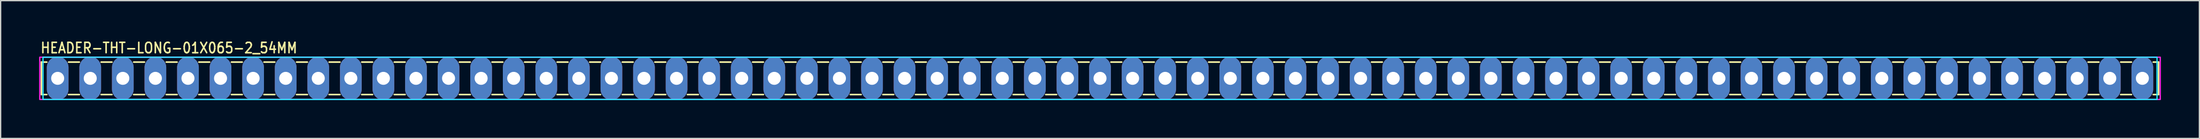
<source format=kicad_pcb>
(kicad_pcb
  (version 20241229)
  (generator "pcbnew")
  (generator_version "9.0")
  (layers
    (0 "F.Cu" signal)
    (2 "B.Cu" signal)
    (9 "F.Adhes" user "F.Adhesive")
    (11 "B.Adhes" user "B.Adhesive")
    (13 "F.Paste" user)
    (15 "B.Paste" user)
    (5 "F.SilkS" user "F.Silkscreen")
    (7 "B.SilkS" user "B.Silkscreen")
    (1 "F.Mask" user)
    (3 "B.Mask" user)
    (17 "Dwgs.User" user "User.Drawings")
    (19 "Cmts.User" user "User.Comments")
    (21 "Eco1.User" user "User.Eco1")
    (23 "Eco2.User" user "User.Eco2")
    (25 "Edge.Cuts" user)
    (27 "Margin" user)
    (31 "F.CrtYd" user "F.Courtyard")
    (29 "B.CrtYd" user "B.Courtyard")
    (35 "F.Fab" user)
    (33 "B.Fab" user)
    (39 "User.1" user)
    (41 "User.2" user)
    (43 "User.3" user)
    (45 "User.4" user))
  (footprint "HEADER-THT-LONG-01X065-2_54MM"
    (layer "F.Cu")
    (at 1.447 3.079)
    (property "Reference" "HEADER-THT-LONG-01X065-2_54MM" (at -1.4 -1.9 0) (unlocked yes) (layer "F.SilkS") (effects (font (size 0.813 0.695) (thickness 0.122)) (justify left bottom)))
    (fp_line (start -1.27 -1.27) (end -1.27 1.27) (stroke (width 0.127) (type solid)) (layer "F.SilkS"))
    (fp_line (start -1.27 1.27) (end -0.85 1.27) (stroke (width 0.127) (type solid)) (layer "F.SilkS"))
    (fp_line (start -0.85 -1.27) (end -1.27 -1.27) (stroke (width 0.127) (type solid)) (layer "F.SilkS"))
    (fp_line (start 0.85 -1.27) (end 1.69 -1.27) (stroke (width 0.127) (type solid)) (layer "F.SilkS"))
    (fp_line (start 0.85 1.27) (end 1.69 1.27) (stroke (width 0.127) (type solid)) (layer "F.SilkS"))
    (fp_line (start 3.39 -1.27) (end 4.23 -1.27) (stroke (width 0.127) (type solid)) (layer "F.SilkS"))
    (fp_line (start 3.39 1.27) (end 4.23 1.27) (stroke (width 0.127) (type solid)) (layer "F.SilkS"))
    (fp_line (start 5.93 -1.27) (end 6.77 -1.27) (stroke (width 0.127) (type solid)) (layer "F.SilkS"))
    (fp_line (start 5.93 1.27) (end 6.77 1.27) (stroke (width 0.127) (type solid)) (layer "F.SilkS"))
    (fp_line (start 8.47 -1.27) (end 9.31 -1.27) (stroke (width 0.127) (type solid)) (layer "F.SilkS"))
    (fp_line (start 8.47 1.27) (end 9.31 1.27) (stroke (width 0.127) (type solid)) (layer "F.SilkS"))
    (fp_line (start 11.01 -1.27) (end 11.85 -1.27) (stroke (width 0.127) (type solid)) (layer "F.SilkS"))
    (fp_line (start 11.01 1.27) (end 11.85 1.27) (stroke (width 0.127) (type solid)) (layer "F.SilkS"))
    (fp_line (start 13.55 -1.27) (end 14.39 -1.27) (stroke (width 0.127) (type solid)) (layer "F.SilkS"))
    (fp_line (start 13.55 1.27) (end 14.39 1.27) (stroke (width 0.127) (type solid)) (layer "F.SilkS"))
    (fp_line (start 16.09 -1.27) (end 16.93 -1.27) (stroke (width 0.127) (type solid)) (layer "F.SilkS"))
    (fp_line (start 16.09 1.27) (end 16.93 1.27) (stroke (width 0.127) (type solid)) (layer "F.SilkS"))
    (fp_line (start 18.63 -1.27) (end 19.47 -1.27) (stroke (width 0.127) (type solid)) (layer "F.SilkS"))
    (fp_line (start 18.63 1.27) (end 19.47 1.27) (stroke (width 0.127) (type solid)) (layer "F.SilkS"))
    (fp_line (start 21.17 -1.27) (end 22.01 -1.27) (stroke (width 0.127) (type solid)) (layer "F.SilkS"))
    (fp_line (start 21.17 1.27) (end 22.01 1.27) (stroke (width 0.127) (type solid)) (layer "F.SilkS"))
    (fp_line (start 23.71 -1.27) (end 24.55 -1.27) (stroke (width 0.127) (type solid)) (layer "F.SilkS"))
    (fp_line (start 23.71 1.27) (end 24.55 1.27) (stroke (width 0.127) (type solid)) (layer "F.SilkS"))
    (fp_line (start 26.25 -1.27) (end 27.09 -1.27) (stroke (width 0.127) (type solid)) (layer "F.SilkS"))
    (fp_line (start 26.25 1.27) (end 27.09 1.27) (stroke (width 0.127) (type solid)) (layer "F.SilkS"))
    (fp_line (start 28.79 -1.27) (end 29.63 -1.27) (stroke (width 0.127) (type solid)) (layer "F.SilkS"))
    (fp_line (start 28.79 1.27) (end 29.63 1.27) (stroke (width 0.127) (type solid)) (layer "F.SilkS"))
    (fp_line (start 31.33 -1.27) (end 32.17 -1.27) (stroke (width 0.127) (type solid)) (layer "F.SilkS"))
    (fp_line (start 31.33 1.27) (end 32.17 1.27) (stroke (width 0.127) (type solid)) (layer "F.SilkS"))
    (fp_line (start 33.87 -1.27) (end 34.71 -1.27) (stroke (width 0.127) (type solid)) (layer "F.SilkS"))
    (fp_line (start 33.87 1.27) (end 34.71 1.27) (stroke (width 0.127) (type solid)) (layer "F.SilkS"))
    (fp_line (start 36.41 -1.27) (end 37.25 -1.27) (stroke (width 0.127) (type solid)) (layer "F.SilkS"))
    (fp_line (start 36.41 1.27) (end 37.25 1.27) (stroke (width 0.127) (type solid)) (layer "F.SilkS"))
    (fp_line (start 38.95 -1.27) (end 39.79 -1.27) (stroke (width 0.127) (type solid)) (layer "F.SilkS"))
    (fp_line (start 38.95 1.27) (end 39.79 1.27) (stroke (width 0.127) (type solid)) (layer "F.SilkS"))
    (fp_line (start 41.49 -1.27) (end 42.33 -1.27) (stroke (width 0.127) (type solid)) (layer "F.SilkS"))
    (fp_line (start 41.49 1.27) (end 42.33 1.27) (stroke (width 0.127) (type solid)) (layer "F.SilkS"))
    (fp_line (start 44.03 -1.27) (end 44.87 -1.27) (stroke (width 0.127) (type solid)) (layer "F.SilkS"))
    (fp_line (start 44.03 1.27) (end 44.87 1.27) (stroke (width 0.127) (type solid)) (layer "F.SilkS"))
    (fp_line (start 46.57 -1.27) (end 47.41 -1.27) (stroke (width 0.127) (type solid)) (layer "F.SilkS"))
    (fp_line (start 46.57 1.27) (end 47.41 1.27) (stroke (width 0.127) (type solid)) (layer "F.SilkS"))
    (fp_line (start 49.11 -1.27) (end 49.95 -1.27) (stroke (width 0.127) (type solid)) (layer "F.SilkS"))
    (fp_line (start 49.11 1.27) (end 49.95 1.27) (stroke (width 0.127) (type solid)) (layer "F.SilkS"))
    (fp_line (start 51.65 -1.27) (end 52.49 -1.27) (stroke (width 0.127) (type solid)) (layer "F.SilkS"))
    (fp_line (start 51.65 1.27) (end 52.49 1.27) (stroke (width 0.127) (type solid)) (layer "F.SilkS"))
    (fp_line (start 54.19 -1.27) (end 55.03 -1.27) (stroke (width 0.127) (type solid)) (layer "F.SilkS"))
    (fp_line (start 54.19 1.27) (end 55.03 1.27) (stroke (width 0.127) (type solid)) (layer "F.SilkS"))
    (fp_line (start 56.73 -1.27) (end 57.57 -1.27) (stroke (width 0.127) (type solid)) (layer "F.SilkS"))
    (fp_line (start 56.73 1.27) (end 57.57 1.27) (stroke (width 0.127) (type solid)) (layer "F.SilkS"))
    (fp_line (start 59.27 -1.27) (end 60.11 -1.27) (stroke (width 0.127) (type solid)) (layer "F.SilkS"))
    (fp_line (start 59.27 1.27) (end 60.11 1.27) (stroke (width 0.127) (type solid)) (layer "F.SilkS"))
    (fp_line (start 61.81 -1.27) (end 62.65 -1.27) (stroke (width 0.127) (type solid)) (layer "F.SilkS"))
    (fp_line (start 61.81 1.27) (end 62.65 1.27) (stroke (width 0.127) (type solid)) (layer "F.SilkS"))
    (fp_line (start 64.35 -1.27) (end 65.19 -1.27) (stroke (width 0.127) (type solid)) (layer "F.SilkS"))
    (fp_line (start 64.35 1.27) (end 65.19 1.27) (stroke (width 0.127) (type solid)) (layer "F.SilkS"))
    (fp_line (start 66.89 -1.27) (end 67.73 -1.27) (stroke (width 0.127) (type solid)) (layer "F.SilkS"))
    (fp_line (start 66.89 1.27) (end 67.73 1.27) (stroke (width 0.127) (type solid)) (layer "F.SilkS"))
    (fp_line (start 69.43 -1.27) (end 70.27 -1.27) (stroke (width 0.127) (type solid)) (layer "F.SilkS"))
    (fp_line (start 69.43 1.27) (end 70.27 1.27) (stroke (width 0.127) (type solid)) (layer "F.SilkS"))
    (fp_line (start 71.97 -1.27) (end 72.81 -1.27) (stroke (width 0.127) (type solid)) (layer "F.SilkS"))
    (fp_line (start 71.97 1.27) (end 72.81 1.27) (stroke (width 0.127) (type solid)) (layer "F.SilkS"))
    (fp_line (start 74.51 -1.27) (end 75.35 -1.27) (stroke (width 0.127) (type solid)) (layer "F.SilkS"))
    (fp_line (start 74.51 1.27) (end 75.35 1.27) (stroke (width 0.127) (type solid)) (layer "F.SilkS"))
    (fp_line (start 77.05 -1.27) (end 77.89 -1.27) (stroke (width 0.127) (type solid)) (layer "F.SilkS"))
    (fp_line (start 77.05 1.27) (end 77.89 1.27) (stroke (width 0.127) (type solid)) (layer "F.SilkS"))
    (fp_line (start 79.59 -1.27) (end 80.43 -1.27) (stroke (width 0.127) (type solid)) (layer "F.SilkS"))
    (fp_line (start 79.59 1.27) (end 80.43 1.27) (stroke (width 0.127) (type solid)) (layer "F.SilkS"))
    (fp_line (start 82.13 -1.27) (end 82.97 -1.27) (stroke (width 0.127) (type solid)) (layer "F.SilkS"))
    (fp_line (start 82.13 1.27) (end 82.97 1.27) (stroke (width 0.127) (type solid)) (layer "F.SilkS"))
    (fp_line (start 84.67 -1.27) (end 85.51 -1.27) (stroke (width 0.127) (type solid)) (layer "F.SilkS"))
    (fp_line (start 84.67 1.27) (end 85.51 1.27) (stroke (width 0.127) (type solid)) (layer "F.SilkS"))
    (fp_line (start 87.21 -1.27) (end 88.05 -1.27) (stroke (width 0.127) (type solid)) (layer "F.SilkS"))
    (fp_line (start 87.21 1.27) (end 88.05 1.27) (stroke (width 0.127) (type solid)) (layer "F.SilkS"))
    (fp_line (start 89.75 -1.27) (end 90.59 -1.27) (stroke (width 0.127) (type solid)) (layer "F.SilkS"))
    (fp_line (start 89.75 1.27) (end 90.59 1.27) (stroke (width 0.127) (type solid)) (layer "F.SilkS"))
    (fp_line (start 92.29 -1.27) (end 93.13 -1.27) (stroke (width 0.127) (type solid)) (layer "F.SilkS"))
    (fp_line (start 92.29 1.27) (end 93.13 1.27) (stroke (width 0.127) (type solid)) (layer "F.SilkS"))
    (fp_line (start 94.83 -1.27) (end 95.67 -1.27) (stroke (width 0.127) (type solid)) (layer "F.SilkS"))
    (fp_line (start 94.83 1.27) (end 95.67 1.27) (stroke (width 0.127) (type solid)) (layer "F.SilkS"))
    (fp_line (start 97.37 -1.27) (end 98.21 -1.27) (stroke (width 0.127) (type solid)) (layer "F.SilkS"))
    (fp_line (start 97.37 1.27) (end 98.21 1.27) (stroke (width 0.127) (type solid)) (layer "F.SilkS"))
    (fp_line (start 99.91 -1.27) (end 100.75 -1.27) (stroke (width 0.127) (type solid)) (layer "F.SilkS"))
    (fp_line (start 99.91 1.27) (end 100.75 1.27) (stroke (width 0.127) (type solid)) (layer "F.SilkS"))
    (fp_line (start 102.45 -1.27) (end 103.29 -1.27) (stroke (width 0.127) (type solid)) (layer "F.SilkS"))
    (fp_line (start 102.45 1.27) (end 103.29 1.27) (stroke (width 0.127) (type solid)) (layer "F.SilkS"))
    (fp_line (start 104.99 -1.27) (end 105.83 -1.27) (stroke (width 0.127) (type solid)) (layer "F.SilkS"))
    (fp_line (start 104.99 1.27) (end 105.83 1.27) (stroke (width 0.127) (type solid)) (layer "F.SilkS"))
    (fp_line (start 107.53 -1.27) (end 108.37 -1.27) (stroke (width 0.127) (type solid)) (layer "F.SilkS"))
    (fp_line (start 107.53 1.27) (end 108.37 1.27) (stroke (width 0.127) (type solid)) (layer "F.SilkS"))
    (fp_line (start 110.07 -1.27) (end 110.91 -1.27) (stroke (width 0.127) (type solid)) (layer "F.SilkS"))
    (fp_line (start 110.07 1.27) (end 110.91 1.27) (stroke (width 0.127) (type solid)) (layer "F.SilkS"))
    (fp_line (start 112.61 -1.27) (end 113.45 -1.27) (stroke (width 0.127) (type solid)) (layer "F.SilkS"))
    (fp_line (start 112.61 1.27) (end 113.45 1.27) (stroke (width 0.127) (type solid)) (layer "F.SilkS"))
    (fp_line (start 115.15 -1.27) (end 115.99 -1.27) (stroke (width 0.127) (type solid)) (layer "F.SilkS"))
    (fp_line (start 115.15 1.27) (end 115.99 1.27) (stroke (width 0.127) (type solid)) (layer "F.SilkS"))
    (fp_line (start 117.69 -1.27) (end 118.53 -1.27) (stroke (width 0.127) (type solid)) (layer "F.SilkS"))
    (fp_line (start 117.69 1.27) (end 118.53 1.27) (stroke (width 0.127) (type solid)) (layer "F.SilkS"))
    (fp_line (start 120.23 -1.27) (end 121.07 -1.27) (stroke (width 0.127) (type solid)) (layer "F.SilkS"))
    (fp_line (start 120.23 1.27) (end 121.07 1.27) (stroke (width 0.127) (type solid)) (layer "F.SilkS"))
    (fp_line (start 122.77 -1.27) (end 123.61 -1.27) (stroke (width 0.127) (type solid)) (layer "F.SilkS"))
    (fp_line (start 122.77 1.27) (end 123.61 1.27) (stroke (width 0.127) (type solid)) (layer "F.SilkS"))
    (fp_line (start 125.31 -1.27) (end 126.15 -1.27) (stroke (width 0.127) (type solid)) (layer "F.SilkS"))
    (fp_line (start 125.31 1.27) (end 126.15 1.27) (stroke (width 0.127) (type solid)) (layer "F.SilkS"))
    (fp_line (start 127.85 -1.27) (end 128.69 -1.27) (stroke (width 0.127) (type solid)) (layer "F.SilkS"))
    (fp_line (start 127.85 1.27) (end 128.69 1.27) (stroke (width 0.127) (type solid)) (layer "F.SilkS"))
    (fp_line (start 130.39 -1.27) (end 131.23 -1.27) (stroke (width 0.127) (type solid)) (layer "F.SilkS"))
    (fp_line (start 130.39 1.27) (end 131.23 1.27) (stroke (width 0.127) (type solid)) (layer "F.SilkS"))
    (fp_line (start 132.93 -1.27) (end 133.77 -1.27) (stroke (width 0.127) (type solid)) (layer "F.SilkS"))
    (fp_line (start 132.93 1.27) (end 133.77 1.27) (stroke (width 0.127) (type solid)) (layer "F.SilkS"))
    (fp_line (start 135.47 -1.27) (end 136.31 -1.27) (stroke (width 0.127) (type solid)) (layer "F.SilkS"))
    (fp_line (start 135.47 1.27) (end 136.31 1.27) (stroke (width 0.127) (type solid)) (layer "F.SilkS"))
    (fp_line (start 138.01 -1.27) (end 138.85 -1.27) (stroke (width 0.127) (type solid)) (layer "F.SilkS"))
    (fp_line (start 138.01 1.27) (end 138.85 1.27) (stroke (width 0.127) (type solid)) (layer "F.SilkS"))
    (fp_line (start 140.55 -1.27) (end 141.39 -1.27) (stroke (width 0.127) (type solid)) (layer "F.SilkS"))
    (fp_line (start 140.55 1.27) (end 141.39 1.27) (stroke (width 0.127) (type solid)) (layer "F.SilkS"))
    (fp_line (start 143.09 -1.27) (end 143.93 -1.27) (stroke (width 0.127) (type solid)) (layer "F.SilkS"))
    (fp_line (start 143.09 1.27) (end 143.93 1.27) (stroke (width 0.127) (type solid)) (layer "F.SilkS"))
    (fp_line (start 145.63 -1.27) (end 146.47 -1.27) (stroke (width 0.127) (type solid)) (layer "F.SilkS"))
    (fp_line (start 145.63 1.27) (end 146.47 1.27) (stroke (width 0.127) (type solid)) (layer "F.SilkS"))
    (fp_line (start 148.17 -1.27) (end 149.01 -1.27) (stroke (width 0.127) (type solid)) (layer "F.SilkS"))
    (fp_line (start 148.17 1.27) (end 149.01 1.27) (stroke (width 0.127) (type solid)) (layer "F.SilkS"))
    (fp_line (start 150.71 -1.27) (end 151.55 -1.27) (stroke (width 0.127) (type solid)) (layer "F.SilkS"))
    (fp_line (start 150.71 1.27) (end 151.55 1.27) (stroke (width 0.127) (type solid)) (layer "F.SilkS"))
    (fp_line (start 153.25 -1.27) (end 154.09 -1.27) (stroke (width 0.127) (type solid)) (layer "F.SilkS"))
    (fp_line (start 153.25 1.27) (end 154.09 1.27) (stroke (width 0.127) (type solid)) (layer "F.SilkS"))
    (fp_line (start 155.79 -1.27) (end 156.63 -1.27) (stroke (width 0.127) (type solid)) (layer "F.SilkS"))
    (fp_line (start 155.79 1.27) (end 156.63 1.27) (stroke (width 0.127) (type solid)) (layer "F.SilkS"))
    (fp_line (start 158.33 -1.27) (end 159.17 -1.27) (stroke (width 0.127) (type solid)) (layer "F.SilkS"))
    (fp_line (start 158.33 1.27) (end 159.17 1.27) (stroke (width 0.127) (type solid)) (layer "F.SilkS"))
    (fp_line (start 160.87 -1.27) (end 161.71 -1.27) (stroke (width 0.127) (type solid)) (layer "F.SilkS"))
    (fp_line (start 160.87 1.27) (end 161.71 1.27) (stroke (width 0.127) (type solid)) (layer "F.SilkS"))
    (fp_line (start 163.41 -1.27) (end 163.83 -1.27) (stroke (width 0.127) (type solid)) (layer "F.SilkS"))
    (fp_line (start 163.83 -1.27) (end 163.83 1.27) (stroke (width 0.127) (type solid)) (layer "F.SilkS"))
    (fp_line (start 163.83 1.27) (end 163.41 1.27) (stroke (width 0.127) (type solid)) (layer "F.SilkS"))
    (fp_poly (pts (xy -1.143 -1.651) (xy 163.703 -1.651) (xy 163.703 1.651) (xy -1.143 1.651)) (stroke (width 0.1) (type solid)) (fill no) (layer "B.CrtYd"))
    (fp_poly (pts (xy -1.397 -1.651) (xy 163.957 -1.651) (xy 163.957 1.651) (xy -1.397 1.651)) (stroke (width 0.1) (type solid)) (fill no) (layer "F.CrtYd"))
    (pad "1" thru_hole oval (at 0 0 90) (size 3.387 1.693) (drill 1.016) (layers "*.Cu" "*.Mask"))
    (pad "2" thru_hole oval (at 2.54 0 90) (size 3.387 1.693) (drill 1.016) (layers "*.Cu" "*.Mask"))
    (pad "3" thru_hole oval (at 5.08 0 90) (size 3.387 1.693) (drill 1.016) (layers "*.Cu" "*.Mask"))
    (pad "4" thru_hole oval (at 7.62 0 90) (size 3.387 1.693) (drill 1.016) (layers "*.Cu" "*.Mask"))
    (pad "5" thru_hole oval (at 10.16 0 90) (size 3.387 1.693) (drill 1.016) (layers "*.Cu" "*.Mask"))
    (pad "6" thru_hole oval (at 12.7 0 90) (size 3.387 1.693) (drill 1.016) (layers "*.Cu" "*.Mask"))
    (pad "7" thru_hole oval (at 15.24 0 90) (size 3.387 1.693) (drill 1.016) (layers "*.Cu" "*.Mask"))
    (pad "8" thru_hole oval (at 17.78 0 90) (size 3.387 1.693) (drill 1.016) (layers "*.Cu" "*.Mask"))
    (pad "9" thru_hole oval (at 20.32 0 90) (size 3.387 1.693) (drill 1.016) (layers "*.Cu" "*.Mask"))
    (pad "10" thru_hole oval (at 22.86 0 90) (size 3.387 1.693) (drill 1.016) (layers "*.Cu" "*.Mask"))
    (pad "11" thru_hole oval (at 25.4 0 90) (size 3.387 1.693) (drill 1.016) (layers "*.Cu" "*.Mask"))
    (pad "12" thru_hole oval (at 27.94 0 90) (size 3.387 1.693) (drill 1.016) (layers "*.Cu" "*.Mask"))
    (pad "13" thru_hole oval (at 30.48 0 90) (size 3.387 1.693) (drill 1.016) (layers "*.Cu" "*.Mask"))
    (pad "14" thru_hole oval (at 33.02 0 90) (size 3.387 1.693) (drill 1.016) (layers "*.Cu" "*.Mask"))
    (pad "15" thru_hole oval (at 35.56 0 90) (size 3.387 1.693) (drill 1.016) (layers "*.Cu" "*.Mask"))
    (pad "16" thru_hole oval (at 38.1 0 90) (size 3.387 1.693) (drill 1.016) (layers "*.Cu" "*.Mask"))
    (pad "17" thru_hole oval (at 40.64 0 90) (size 3.387 1.693) (drill 1.016) (layers "*.Cu" "*.Mask"))
    (pad "18" thru_hole oval (at 43.18 0 90) (size 3.387 1.693) (drill 1.016) (layers "*.Cu" "*.Mask"))
    (pad "19" thru_hole oval (at 45.72 0 90) (size 3.387 1.693) (drill 1.016) (layers "*.Cu" "*.Mask"))
    (pad "20" thru_hole oval (at 48.26 0 90) (size 3.387 1.693) (drill 1.016) (layers "*.Cu" "*.Mask"))
    (pad "21" thru_hole oval (at 50.8 0 90) (size 3.387 1.693) (drill 1.016) (layers "*.Cu" "*.Mask"))
    (pad "22" thru_hole oval (at 53.34 0 90) (size 3.387 1.693) (drill 1.016) (layers "*.Cu" "*.Mask"))
    (pad "23" thru_hole oval (at 55.88 0 90) (size 3.387 1.693) (drill 1.016) (layers "*.Cu" "*.Mask"))
    (pad "24" thru_hole oval (at 58.42 0 90) (size 3.387 1.693) (drill 1.016) (layers "*.Cu" "*.Mask"))
    (pad "25" thru_hole oval (at 60.96 0 90) (size 3.387 1.693) (drill 1.016) (layers "*.Cu" "*.Mask"))
    (pad "26" thru_hole oval (at 63.5 0 90) (size 3.387 1.693) (drill 1.016) (layers "*.Cu" "*.Mask"))
    (pad "27" thru_hole oval (at 66.04 0 90) (size 3.387 1.693) (drill 1.016) (layers "*.Cu" "*.Mask"))
    (pad "28" thru_hole oval (at 68.58 0 90) (size 3.387 1.693) (drill 1.016) (layers "*.Cu" "*.Mask"))
    (pad "29" thru_hole oval (at 71.12 0 90) (size 3.387 1.693) (drill 1.016) (layers "*.Cu" "*.Mask"))
    (pad "30" thru_hole oval (at 73.66 0 90) (size 3.387 1.693) (drill 1.016) (layers "*.Cu" "*.Mask"))
    (pad "31" thru_hole oval (at 76.2 0 90) (size 3.387 1.693) (drill 1.016) (layers "*.Cu" "*.Mask"))
    (pad "32" thru_hole oval (at 78.74 0 90) (size 3.387 1.693) (drill 1.016) (layers "*.Cu" "*.Mask"))
    (pad "33" thru_hole oval (at 81.28 0 90) (size 3.387 1.693) (drill 1.016) (layers "*.Cu" "*.Mask"))
    (pad "34" thru_hole oval (at 83.82 0 90) (size 3.387 1.693) (drill 1.016) (layers "*.Cu" "*.Mask"))
    (pad "35" thru_hole oval (at 86.36 0 90) (size 3.387 1.693) (drill 1.016) (layers "*.Cu" "*.Mask"))
    (pad "36" thru_hole oval (at 88.9 0 90) (size 3.387 1.693) (drill 1.016) (layers "*.Cu" "*.Mask"))
    (pad "37" thru_hole oval (at 91.44 0 90) (size 3.387 1.693) (drill 1.016) (layers "*.Cu" "*.Mask"))
    (pad "38" thru_hole oval (at 93.98 0 90) (size 3.387 1.693) (drill 1.016) (layers "*.Cu" "*.Mask"))
    (pad "39" thru_hole oval (at 96.52 0 90) (size 3.387 1.693) (drill 1.016) (layers "*.Cu" "*.Mask"))
    (pad "40" thru_hole oval (at 99.06 0 90) (size 3.387 1.693) (drill 1.016) (layers "*.Cu" "*.Mask"))
    (pad "41" thru_hole oval (at 101.6 0 90) (size 3.387 1.693) (drill 1.016) (layers "*.Cu" "*.Mask"))
    (pad "42" thru_hole oval (at 104.14 0 90) (size 3.387 1.693) (drill 1.016) (layers "*.Cu" "*.Mask"))
    (pad "43" thru_hole oval (at 106.68 0 90) (size 3.387 1.693) (drill 1.016) (layers "*.Cu" "*.Mask"))
    (pad "44" thru_hole oval (at 109.22 0 90) (size 3.387 1.693) (drill 1.016) (layers "*.Cu" "*.Mask"))
    (pad "45" thru_hole oval (at 111.76 0 90) (size 3.387 1.693) (drill 1.016) (layers "*.Cu" "*.Mask"))
    (pad "46" thru_hole oval (at 114.3 0 90) (size 3.387 1.693) (drill 1.016) (layers "*.Cu" "*.Mask"))
    (pad "47" thru_hole oval (at 116.84 0 90) (size 3.387 1.693) (drill 1.016) (layers "*.Cu" "*.Mask"))
    (pad "48" thru_hole oval (at 119.38 0 90) (size 3.387 1.693) (drill 1.016) (layers "*.Cu" "*.Mask"))
    (pad "49" thru_hole oval (at 121.92 0 90) (size 3.387 1.693) (drill 1.016) (layers "*.Cu" "*.Mask"))
    (pad "50" thru_hole oval (at 124.46 0 90) (size 3.387 1.693) (drill 1.016) (layers "*.Cu" "*.Mask"))
    (pad "51" thru_hole oval (at 127 0 90) (size 3.387 1.693) (drill 1.016) (layers "*.Cu" "*.Mask"))
    (pad "52" thru_hole oval (at 129.54 0 90) (size 3.387 1.693) (drill 1.016) (layers "*.Cu" "*.Mask"))
    (pad "53" thru_hole oval (at 132.08 0 90) (size 3.387 1.693) (drill 1.016) (layers "*.Cu" "*.Mask"))
    (pad "54" thru_hole oval (at 134.62 0 90) (size 3.387 1.693) (drill 1.016) (layers "*.Cu" "*.Mask"))
    (pad "55" thru_hole oval (at 137.16 0 90) (size 3.387 1.693) (drill 1.016) (layers "*.Cu" "*.Mask"))
    (pad "56" thru_hole oval (at 139.7 0 90) (size 3.387 1.693) (drill 1.016) (layers "*.Cu" "*.Mask"))
    (pad "57" thru_hole oval (at 142.24 0 90) (size 3.387 1.693) (drill 1.016) (layers "*.Cu" "*.Mask"))
    (pad "58" thru_hole oval (at 144.78 0 90) (size 3.387 1.693) (drill 1.016) (layers "*.Cu" "*.Mask"))
    (pad "59" thru_hole oval (at 147.32 0 90) (size 3.387 1.693) (drill 1.016) (layers "*.Cu" "*.Mask"))
    (pad "60" thru_hole oval (at 149.86 0 90) (size 3.387 1.693) (drill 1.016) (layers "*.Cu" "*.Mask"))
    (pad "61" thru_hole oval (at 152.4 0 90) (size 3.387 1.693) (drill 1.016) (layers "*.Cu" "*.Mask"))
    (pad "62" thru_hole oval (at 154.94 0 90) (size 3.387 1.693) (drill 1.016) (layers "*.Cu" "*.Mask"))
    (pad "63" thru_hole oval (at 157.48 0 90) (size 3.387 1.693) (drill 1.016) (layers "*.Cu" "*.Mask"))
    (pad "64" thru_hole oval (at 160.02 0 90) (size 3.387 1.693) (drill 1.016) (layers "*.Cu" "*.Mask"))
    (pad "65" thru_hole oval (at 162.56 0 90) (size 3.387 1.693) (drill 1.016) (layers "*.Cu" "*.Mask")))
  (gr_rect
    (start -3 -3)
    (end 168.454 7.78)
    (stroke (width 0.1) (type default))
    (fill no)
    (layer "Edge.Cuts")))
</source>
